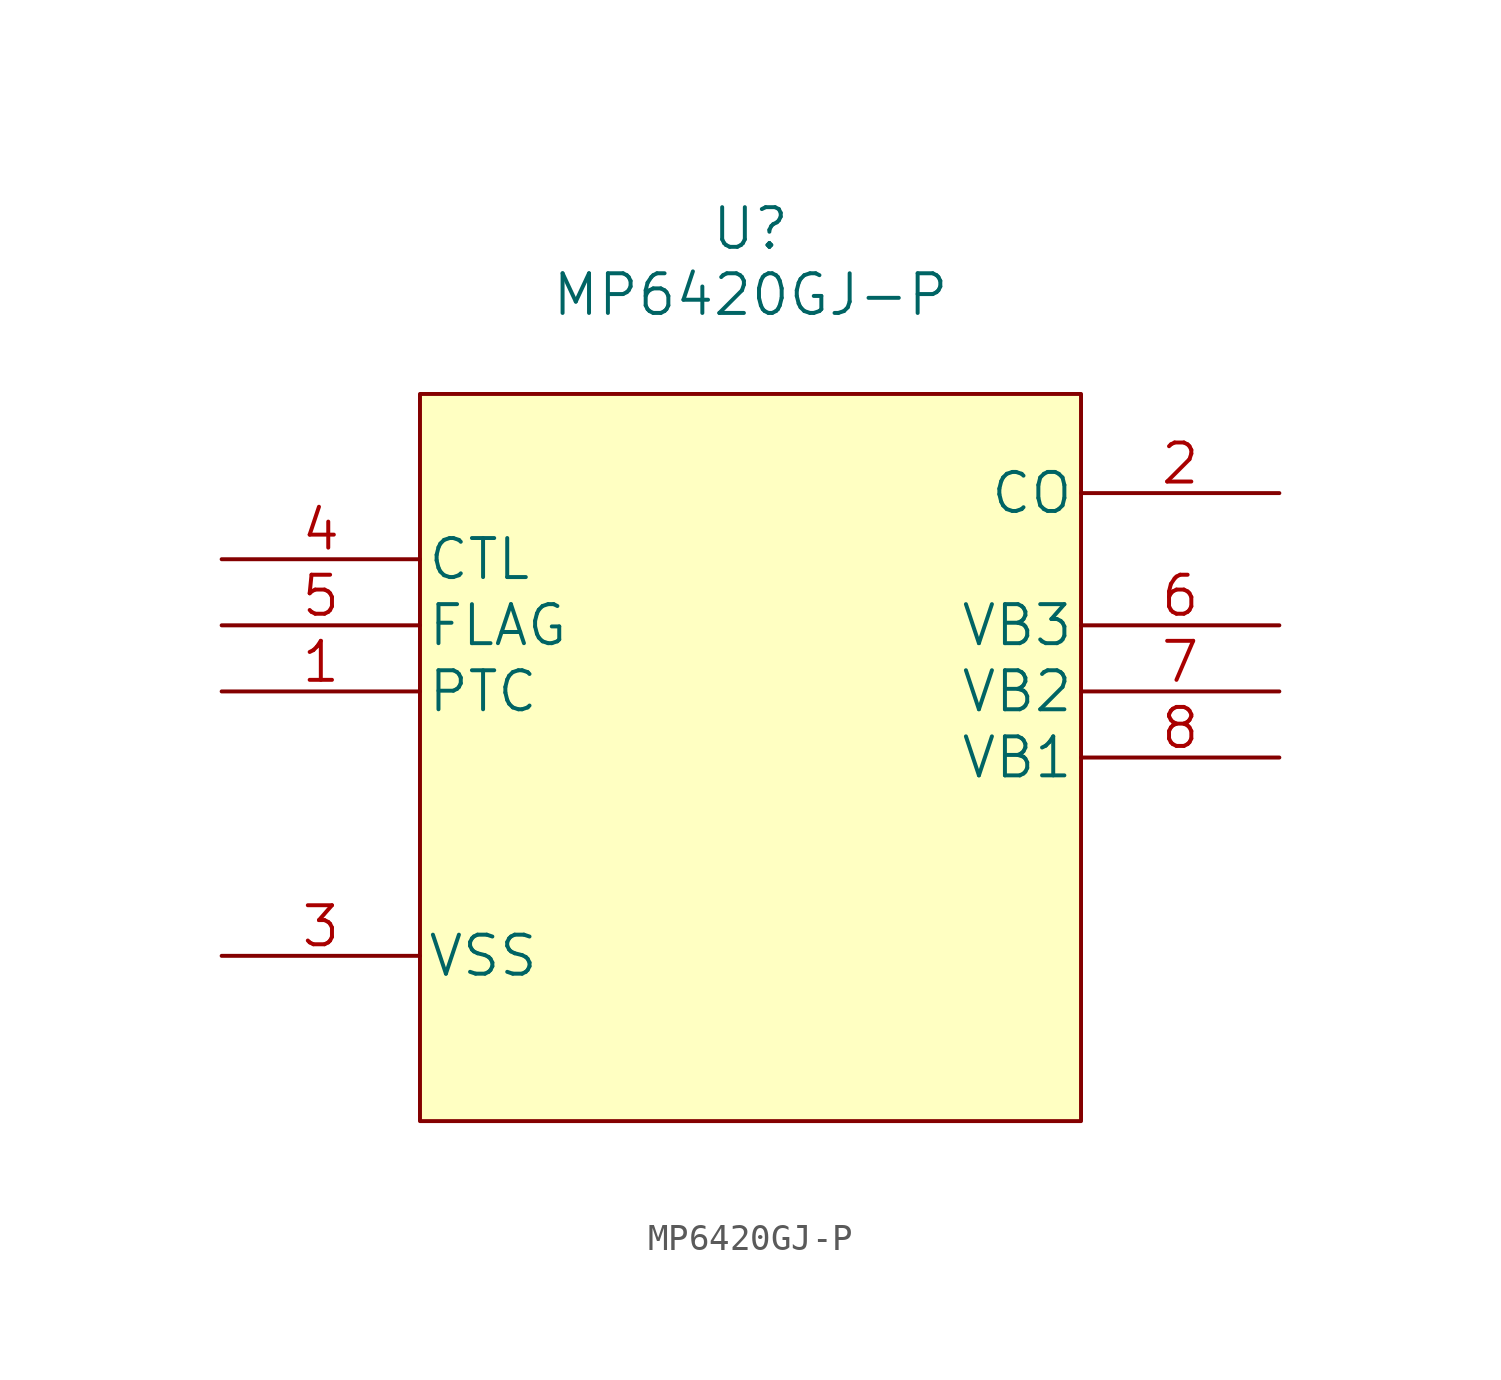
<source format=kicad_sym>
(kicad_symbol_lib
  (version 20210619)
  (generator kicad_symbol_editor)
  (symbol "mp6420:MP6420GJ-P"
    (pin_names
      (offset 0.254))
    (property "Reference" "U"
      (at 20.32 12.7 0)
      (effects (font (size 1.524 1.524))))
    (property "Value" "MP6420GJ-P"
      (at 20.32 10.16 0)
      (effects (font (size 1.524 1.524))))
    (property "Datasheet" ""
      (at 0 0 0)
      (effects (font (size 1.524 1.524))))
    (property "ki_locked" ""
      (at 0 0 0)
      (effects (font (size 1.27 1.27))))
    (symbol "MP6420GJ-P_1_1"
      (rectangle (start 7.62 -21.59) (end 33.02 6.35) (stroke (width 0.152)) (fill (type background)))
      (pin unspecified line (at 0 -5.08 0) (length 7.62) (name "PTC" (effects (font (size 1.499 1.499)))) (number "1" (effects (font (size 1.499 1.499)))))
      (pin output line (at 40.64 2.54 180) (length 7.62) (name "CO" (effects (font (size 1.499 1.499)))) (number "2" (effects (font (size 1.499 1.499)))))
      (pin power_in line (at 0 -15.24 0) (length 7.62) (name "VSS" (effects (font (size 1.499 1.499)))) (number "3" (effects (font (size 1.499 1.499)))))
      (pin unspecified line (at 0 0 0) (length 7.62) (name "CTL" (effects (font (size 1.499 1.499)))) (number "4" (effects (font (size 1.499 1.499)))))
      (pin unspecified line (at 0 -2.54 0) (length 7.62) (name "FLAG" (effects (font (size 1.499 1.499)))) (number "5" (effects (font (size 1.499 1.499)))))
      (pin unspecified line (at 40.64 -2.54 180) (length 7.62) (name "VB3" (effects (font (size 1.499 1.499)))) (number "6" (effects (font (size 1.499 1.499)))))
      (pin unspecified line (at 40.64 -5.08 180) (length 7.62) (name "VB2" (effects (font (size 1.499 1.499)))) (number "7" (effects (font (size 1.499 1.499)))))
      (pin unspecified line (at 40.64 -7.62 180) (length 7.62) (name "VB1" (effects (font (size 1.499 1.499)))) (number "8" (effects (font (size 1.499 1.499))))))))
</source>
